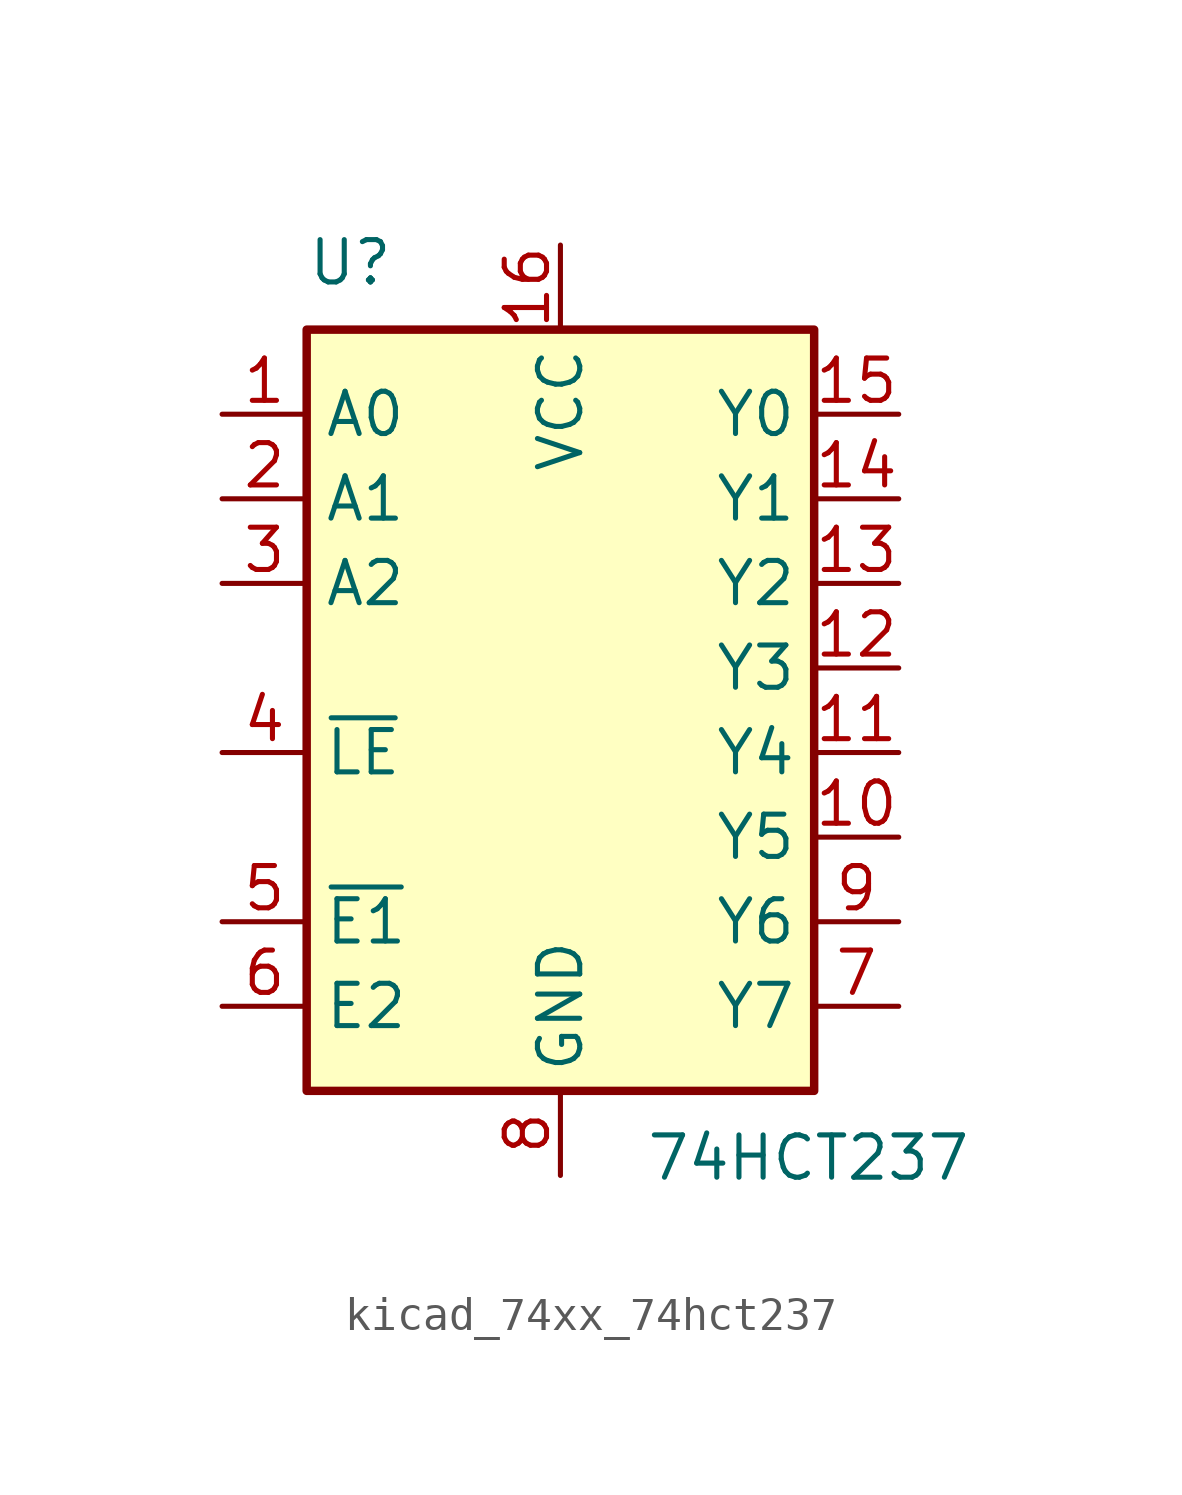
<source format=kicad_sym>
(kicad_symbol_lib
  (version 20220914)
  (generator kicad_symbol_editor)
  (symbol "kicad_74xx_74hct237"
    (property "Reference" "U"
      (at -7.62 13.97 0)
      (effects (font (size 1.27 1.27)) (justify left bottom)))
    (property "Value" "74HCT237"
      (at 2.54 -11.43 0)
      (effects (font (size 1.27 1.27)) (justify left top)))
    (symbol "kicad_74xx_74hct237_0_1"
      (rectangle (start -7.62 12.7) (end 7.62 -10.16) (stroke (width 0.254) (type default)) (fill (type background))))
    (symbol "kicad_74xx_74hct237_1_1"
      (pin input line (at -10.16 10.16 0) (length 2.54) (name "A0" (effects (font (size 1.27 1.27)))) (number "1" (effects (font (size 1.27 1.27)))))
      (pin output line (at 10.16 -2.54 180) (length 2.54) (name "Y5" (effects (font (size 1.27 1.27)))) (number "10" (effects (font (size 1.27 1.27)))))
      (pin output line (at 10.16 0 180) (length 2.54) (name "Y4" (effects (font (size 1.27 1.27)))) (number "11" (effects (font (size 1.27 1.27)))))
      (pin output line (at 10.16 2.54 180) (length 2.54) (name "Y3" (effects (font (size 1.27 1.27)))) (number "12" (effects (font (size 1.27 1.27)))))
      (pin output line (at 10.16 5.08 180) (length 2.54) (name "Y2" (effects (font (size 1.27 1.27)))) (number "13" (effects (font (size 1.27 1.27)))))
      (pin output line (at 10.16 7.62 180) (length 2.54) (name "Y1" (effects (font (size 1.27 1.27)))) (number "14" (effects (font (size 1.27 1.27)))))
      (pin output line (at 10.16 10.16 180) (length 2.54) (name "Y0" (effects (font (size 1.27 1.27)))) (number "15" (effects (font (size 1.27 1.27)))))
      (pin power_in line (at 0 15.24 270) (length 2.54) (name "VCC" (effects (font (size 1.27 1.27)))) (number "16" (effects (font (size 1.27 1.27)))))
      (pin input line (at -10.16 7.62 0) (length 2.54) (name "A1" (effects (font (size 1.27 1.27)))) (number "2" (effects (font (size 1.27 1.27)))))
      (pin input line (at -10.16 5.08 0) (length 2.54) (name "A2" (effects (font (size 1.27 1.27)))) (number "3" (effects (font (size 1.27 1.27)))))
      (pin input line (at -10.16 0 0) (length 2.54) (name "~{LE}" (effects (font (size 1.27 1.27)))) (number "4" (effects (font (size 1.27 1.27)))))
      (pin input line (at -10.16 -5.08 0) (length 2.54) (name "~{E1}" (effects (font (size 1.27 1.27)))) (number "5" (effects (font (size 1.27 1.27)))))
      (pin input line (at -10.16 -7.62 0) (length 2.54) (name "E2" (effects (font (size 1.27 1.27)))) (number "6" (effects (font (size 1.27 1.27)))))
      (pin output line (at 10.16 -7.62 180) (length 2.54) (name "Y7" (effects (font (size 1.27 1.27)))) (number "7" (effects (font (size 1.27 1.27)))))
      (pin power_in line (at 0 -12.7 90) (length 2.54) (name "GND" (effects (font (size 1.27 1.27)))) (number "8" (effects (font (size 1.27 1.27)))))
      (pin output line (at 10.16 -5.08 180) (length 2.54) (name "Y6" (effects (font (size 1.27 1.27)))) (number "9" (effects (font (size 1.27 1.27))))))))
</source>
